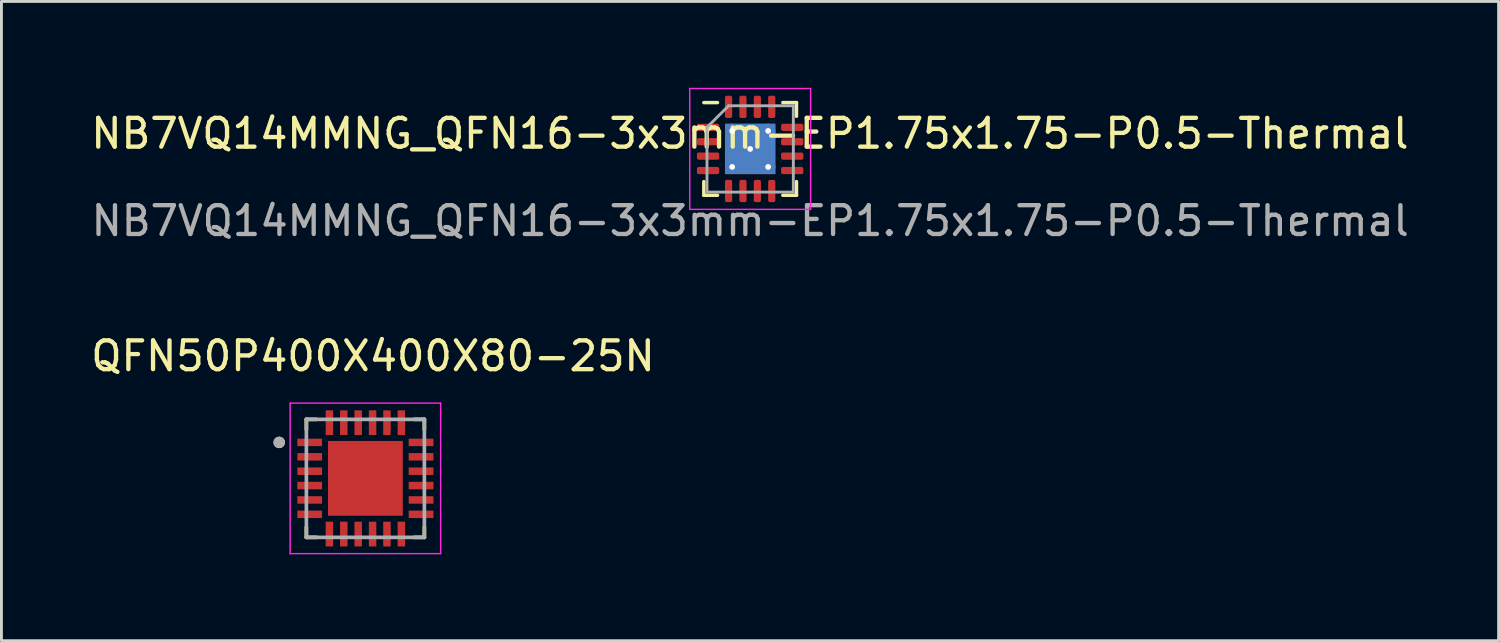
<source format=kicad_pcb>
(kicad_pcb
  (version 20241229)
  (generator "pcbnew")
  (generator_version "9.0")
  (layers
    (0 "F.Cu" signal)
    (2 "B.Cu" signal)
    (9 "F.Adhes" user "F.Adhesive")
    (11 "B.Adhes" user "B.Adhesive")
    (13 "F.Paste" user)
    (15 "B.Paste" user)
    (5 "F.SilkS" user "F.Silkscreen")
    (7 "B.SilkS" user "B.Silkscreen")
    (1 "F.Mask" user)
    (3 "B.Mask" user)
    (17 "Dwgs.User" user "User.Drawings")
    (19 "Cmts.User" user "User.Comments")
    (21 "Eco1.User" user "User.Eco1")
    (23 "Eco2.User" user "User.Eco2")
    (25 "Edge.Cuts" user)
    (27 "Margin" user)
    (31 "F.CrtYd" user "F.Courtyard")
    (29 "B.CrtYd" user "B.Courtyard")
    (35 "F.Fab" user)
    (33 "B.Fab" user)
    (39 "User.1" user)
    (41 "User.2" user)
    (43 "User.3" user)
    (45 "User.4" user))
  (footprint "QFN50P400X400X80-25N"
    (layer "F.Cu")
    (at 9.646 13.572)
    (property "Reference" "QFN50P400X400X80-25N" (at 0.265 -4.25 0) (layer "F.SilkS") (effects (font (size 1 1) (thickness 0.15))))
    (attr smd)
    (fp_line (start -2.05 -2.05) (end -2.05 -1.7) (stroke (width 0.127) (type solid)) (layer "F.SilkS"))
    (fp_line (start -2.05 -2.05) (end -1.7 -2.05) (stroke (width 0.127) (type solid)) (layer "F.SilkS"))
    (fp_line (start -2.05 2.05) (end -2.05 1.7) (stroke (width 0.127) (type solid)) (layer "F.SilkS"))
    (fp_line (start -2.05 2.05) (end -1.7 2.05) (stroke (width 0.127) (type solid)) (layer "F.SilkS"))
    (fp_line (start 2.05 -2.05) (end 1.7 -2.05) (stroke (width 0.127) (type solid)) (layer "F.SilkS"))
    (fp_line (start 2.05 -2.05) (end 2.05 -1.7) (stroke (width 0.127) (type solid)) (layer "F.SilkS"))
    (fp_line (start 2.05 2.05) (end 1.7 2.05) (stroke (width 0.127) (type solid)) (layer "F.SilkS"))
    (fp_line (start 2.05 2.05) (end 2.05 1.7) (stroke (width 0.127) (type solid)) (layer "F.SilkS"))
    (fp_circle (center -2.995 -1.25) (end -2.895 -1.25) (stroke (width 0.2) (type solid)) (fill no) (layer "F.SilkS"))
    (fp_poly (pts (xy -0.82 -0.82) (xy 0.82 -0.82) (xy 0.82 0.82) (xy -0.82 0.82)) (stroke (width 0.01) (type solid)) (fill yes) (layer "F.Paste"))
    (fp_line (start -2.615 -2.615) (end 2.615 -2.615) (stroke (width 0.05) (type solid)) (layer "F.CrtYd"))
    (fp_line (start -2.615 2.615) (end -2.615 -2.615) (stroke (width 0.05) (type solid)) (layer "F.CrtYd"))
    (fp_line (start -2.615 2.615) (end 2.615 2.615) (stroke (width 0.05) (type solid)) (layer "F.CrtYd"))
    (fp_line (start 2.615 2.615) (end 2.615 -2.615) (stroke (width 0.05) (type solid)) (layer "F.CrtYd"))
    (fp_line (start -2.05 2.05) (end -2.05 -2.05) (stroke (width 0.127) (type solid)) (layer "F.Fab"))
    (fp_line (start 2.05 -2.05) (end -2.05 -2.05) (stroke (width 0.127) (type solid)) (layer "F.Fab"))
    (fp_line (start 2.05 2.05) (end -2.05 2.05) (stroke (width 0.127) (type solid)) (layer "F.Fab"))
    (fp_line (start 2.05 2.05) (end 2.05 -2.05) (stroke (width 0.127) (type solid)) (layer "F.Fab"))
    (fp_circle (center -2.995 -1.25) (end -2.895 -1.25) (stroke (width 0.2) (type solid)) (fill no) (layer "F.Fab"))
    (pad "1" smd roundrect (at -1.935 -1.25) (size 0.86 0.26) (layers "F.Cu" "F.Mask" "F.Paste") (roundrect_rratio 0.03))
    (pad "2" smd roundrect (at -1.935 -0.75) (size 0.86 0.26) (layers "F.Cu" "F.Mask" "F.Paste") (roundrect_rratio 0.03))
    (pad "3" smd roundrect (at -1.935 -0.25) (size 0.86 0.26) (layers "F.Cu" "F.Mask" "F.Paste") (roundrect_rratio 0.03))
    (pad "4" smd roundrect (at -1.935 0.25) (size 0.86 0.26) (layers "F.Cu" "F.Mask" "F.Paste") (roundrect_rratio 0.03))
    (pad "5" smd roundrect (at -1.935 0.75) (size 0.86 0.26) (layers "F.Cu" "F.Mask" "F.Paste") (roundrect_rratio 0.03))
    (pad "6" smd roundrect (at -1.935 1.25) (size 0.86 0.26) (layers "F.Cu" "F.Mask" "F.Paste") (roundrect_rratio 0.03))
    (pad "7" smd roundrect (at -1.25 1.935 90) (size 0.86 0.26) (layers "F.Cu" "F.Mask" "F.Paste") (roundrect_rratio 0.03))
    (pad "8" smd roundrect (at -0.75 1.935 90) (size 0.86 0.26) (layers "F.Cu" "F.Mask" "F.Paste") (roundrect_rratio 0.03))
    (pad "9" smd roundrect (at -0.25 1.935 90) (size 0.86 0.26) (layers "F.Cu" "F.Mask" "F.Paste") (roundrect_rratio 0.03))
    (pad "10" smd roundrect (at 0.25 1.935 90) (size 0.86 0.26) (layers "F.Cu" "F.Mask" "F.Paste") (roundrect_rratio 0.03))
    (pad "11" smd roundrect (at 0.75 1.935 90) (size 0.86 0.26) (layers "F.Cu" "F.Mask" "F.Paste") (roundrect_rratio 0.03))
    (pad "12" smd roundrect (at 1.25 1.935 90) (size 0.86 0.26) (layers "F.Cu" "F.Mask" "F.Paste") (roundrect_rratio 0.03))
    (pad "13" smd roundrect (at 1.935 1.25) (size 0.86 0.26) (layers "F.Cu" "F.Mask" "F.Paste") (roundrect_rratio 0.03))
    (pad "14" smd roundrect (at 1.935 0.75) (size 0.86 0.26) (layers "F.Cu" "F.Mask" "F.Paste") (roundrect_rratio 0.03))
    (pad "15" smd roundrect (at 1.935 0.25) (size 0.86 0.26) (layers "F.Cu" "F.Mask" "F.Paste") (roundrect_rratio 0.03))
    (pad "16" smd roundrect (at 1.935 -0.25) (size 0.86 0.26) (layers "F.Cu" "F.Mask" "F.Paste") (roundrect_rratio 0.03))
    (pad "17" smd roundrect (at 1.935 -0.75) (size 0.86 0.26) (layers "F.Cu" "F.Mask" "F.Paste") (roundrect_rratio 0.03))
    (pad "18" smd roundrect (at 1.935 -1.25) (size 0.86 0.26) (layers "F.Cu" "F.Mask" "F.Paste") (roundrect_rratio 0.03))
    (pad "19" smd roundrect (at 1.25 -1.935 90) (size 0.86 0.26) (layers "F.Cu" "F.Mask" "F.Paste") (roundrect_rratio 0.03))
    (pad "20" smd roundrect (at 0.75 -1.935 90) (size 0.86 0.26) (layers "F.Cu" "F.Mask" "F.Paste") (roundrect_rratio 0.03))
    (pad "21" smd roundrect (at 0.25 -1.935 90) (size 0.86 0.26) (layers "F.Cu" "F.Mask" "F.Paste") (roundrect_rratio 0.03))
    (pad "22" smd roundrect (at -0.25 -1.935 90) (size 0.86 0.26) (layers "F.Cu" "F.Mask" "F.Paste") (roundrect_rratio 0.03))
    (pad "23" smd roundrect (at -0.75 -1.935 90) (size 0.86 0.26) (layers "F.Cu" "F.Mask" "F.Paste") (roundrect_rratio 0.03))
    (pad "24" smd roundrect (at -1.25 -1.935 90) (size 0.86 0.26) (layers "F.Cu" "F.Mask" "F.Paste") (roundrect_rratio 0.03))
    (pad "25" smd rect (at 0 0) (size 2.6 2.6) (layers "F.Cu" "F.Mask")))
  (footprint "NB7VQ14MMNG_QFN16-3x3mm-EP1.75x1.75-P0.5-Thermal"
    (layer "F.Cu")
    (at 23.016 2.125)
    (property "Reference" "NB7VQ14MMNG_QFN16-3x3mm-EP1.75x1.75-P0.5-Thermal" (at -0.01 -0.535 0) (unlocked yes) (layer "F.SilkS") (effects (font (size 1 1) (thickness 0.15))))
    (attr smd)
    (fp_line (start -1.61 1.61) (end -1.61 1.135) (stroke (width 0.12) (type solid)) (layer "F.SilkS"))
    (fp_line (start -1.135 -1.61) (end -1.61 -1.61) (stroke (width 0.12) (type solid)) (layer "F.SilkS"))
    (fp_line (start -1.135 1.61) (end -1.61 1.61) (stroke (width 0.12) (type solid)) (layer "F.SilkS"))
    (fp_line (start 1.135 -1.61) (end 1.61 -1.61) (stroke (width 0.12) (type solid)) (layer "F.SilkS"))
    (fp_line (start 1.135 1.61) (end 1.61 1.61) (stroke (width 0.12) (type solid)) (layer "F.SilkS"))
    (fp_line (start 1.61 -1.61) (end 1.61 -1.135) (stroke (width 0.12) (type solid)) (layer "F.SilkS"))
    (fp_line (start 1.61 1.61) (end 1.61 1.135) (stroke (width 0.12) (type solid)) (layer "F.SilkS"))
    (fp_line (start -2.1 -2.1) (end -2.1 2.1) (stroke (width 0.05) (type solid)) (layer "F.CrtYd"))
    (fp_line (start -2.1 2.1) (end 2.1 2.1) (stroke (width 0.05) (type solid)) (layer "F.CrtYd"))
    (fp_line (start 2.1 -2.1) (end -2.1 -2.1) (stroke (width 0.05) (type solid)) (layer "F.CrtYd"))
    (fp_line (start 2.1 2.1) (end 2.1 -2.1) (stroke (width 0.05) (type solid)) (layer "F.CrtYd"))
    (fp_line (start -1.5 -0.75) (end -0.75 -1.5) (stroke (width 0.1) (type solid)) (layer "F.Fab"))
    (fp_line (start -1.5 1.5) (end -1.5 -0.75) (stroke (width 0.1) (type solid)) (layer "F.Fab"))
    (fp_line (start -0.75 -1.5) (end 1.5 -1.5) (stroke (width 0.1) (type solid)) (layer "F.Fab"))
    (fp_line (start 1.5 -1.5) (end 1.5 1.5) (stroke (width 0.1) (type solid)) (layer "F.Fab"))
    (fp_line (start 1.5 1.5) (end -1.5 1.5) (stroke (width 0.1) (type solid)) (layer "F.Fab"))
    (fp_text user "${REFERENCE}" (at 0 2.5 0) (unlocked yes) (layer "F.Fab") (effects (font (size 1 1) (thickness 0.15))))
    (pad "" smd roundrect (at -0.44 -0.44) (size 0.76 0.76) (layers "F.Paste") (roundrect_rratio 0.25))
    (pad "" smd roundrect (at -0.44 0.44) (size 0.76 0.76) (layers "F.Paste") (roundrect_rratio 0.25))
    (pad "" smd roundrect (at 0.44 -0.44) (size 0.76 0.76) (layers "F.Paste") (roundrect_rratio 0.25))
    (pad "" smd roundrect (at 0.44 0.44) (size 0.76 0.76) (layers "F.Paste") (roundrect_rratio 0.25))
    (pad "1" smd roundrect (at -1.462 -0.75) (size 0.775 0.25) (layers "F.Cu" "F.Mask" "F.Paste") (roundrect_rratio 0.25))
    (pad "2" smd roundrect (at -1.462 -0.25) (size 0.775 0.25) (layers "F.Cu" "F.Mask" "F.Paste") (roundrect_rratio 0.25))
    (pad "3" smd roundrect (at -1.462 0.25) (size 0.775 0.25) (layers "F.Cu" "F.Mask" "F.Paste") (roundrect_rratio 0.25))
    (pad "4" smd roundrect (at -1.462 0.75) (size 0.775 0.25) (layers "F.Cu" "F.Mask" "F.Paste") (roundrect_rratio 0.25))
    (pad "5" smd roundrect (at -0.75 1.462) (size 0.25 0.775) (layers "F.Cu" "F.Mask" "F.Paste") (roundrect_rratio 0.25))
    (pad "6" smd roundrect (at -0.25 1.462) (size 0.25 0.775) (layers "F.Cu" "F.Mask" "F.Paste") (roundrect_rratio 0.25))
    (pad "7" smd roundrect (at 0.25 1.462) (size 0.25 0.775) (layers "F.Cu" "F.Mask" "F.Paste") (roundrect_rratio 0.25))
    (pad "8" smd roundrect (at 0.75 1.462) (size 0.25 0.775) (layers "F.Cu" "F.Mask" "F.Paste") (roundrect_rratio 0.25))
    (pad "9" smd roundrect (at 1.462 0.75) (size 0.775 0.25) (layers "F.Cu" "F.Mask" "F.Paste") (roundrect_rratio 0.25))
    (pad "10" smd roundrect (at 1.462 0.25) (size 0.775 0.25) (layers "F.Cu" "F.Mask" "F.Paste") (roundrect_rratio 0.25))
    (pad "11" smd roundrect (at 1.462 -0.25) (size 0.775 0.25) (layers "F.Cu" "F.Mask" "F.Paste") (roundrect_rratio 0.25))
    (pad "12" smd roundrect (at 1.462 -0.75) (size 0.775 0.25) (layers "F.Cu" "F.Mask" "F.Paste") (roundrect_rratio 0.25))
    (pad "13" smd roundrect (at 0.75 -1.462) (size 0.25 0.775) (layers "F.Cu" "F.Mask" "F.Paste") (roundrect_rratio 0.25))
    (pad "14" smd roundrect (at 0.25 -1.462) (size 0.25 0.775) (layers "F.Cu" "F.Mask" "F.Paste") (roundrect_rratio 0.25))
    (pad "15" smd roundrect (at -0.25 -1.462) (size 0.25 0.775) (layers "F.Cu" "F.Mask" "F.Paste") (roundrect_rratio 0.25))
    (pad "16" smd roundrect (at -0.75 -1.462) (size 0.25 0.775) (layers "F.Cu" "F.Mask" "F.Paste") (roundrect_rratio 0.25))
    (pad "17" thru_hole circle (at -0.625 -0.625) (size 0.5 0.5) (drill 0.2) (layers "*.Cu"))
    (pad "17" thru_hole circle (at -0.625 0.625) (size 0.5 0.5) (drill 0.2) (layers "*.Cu"))
    (pad "17" thru_hole circle (at 0 0) (size 0.5 0.5) (drill 0.2) (layers "*.Cu"))
    (pad "17" smd rect (at 0 0) (size 1.75 1.75) (layers "F.Cu" "F.Mask"))
    (pad "17" smd rect (at 0 0) (size 1.75 1.75) (layers "B.Cu"))
    (pad "17" thru_hole circle (at 0.625 -0.625) (size 0.5 0.5) (drill 0.2) (layers "*.Cu"))
    (pad "17" thru_hole circle (at 0.625 0.625) (size 0.5 0.5) (drill 0.2) (layers "*.Cu")))
  (gr_rect
    (start -3 -3)
    (end 49.022 19.212)
    (stroke (width 0.1) (type default))
    (fill no)
    (layer "Edge.Cuts")))
</source>
